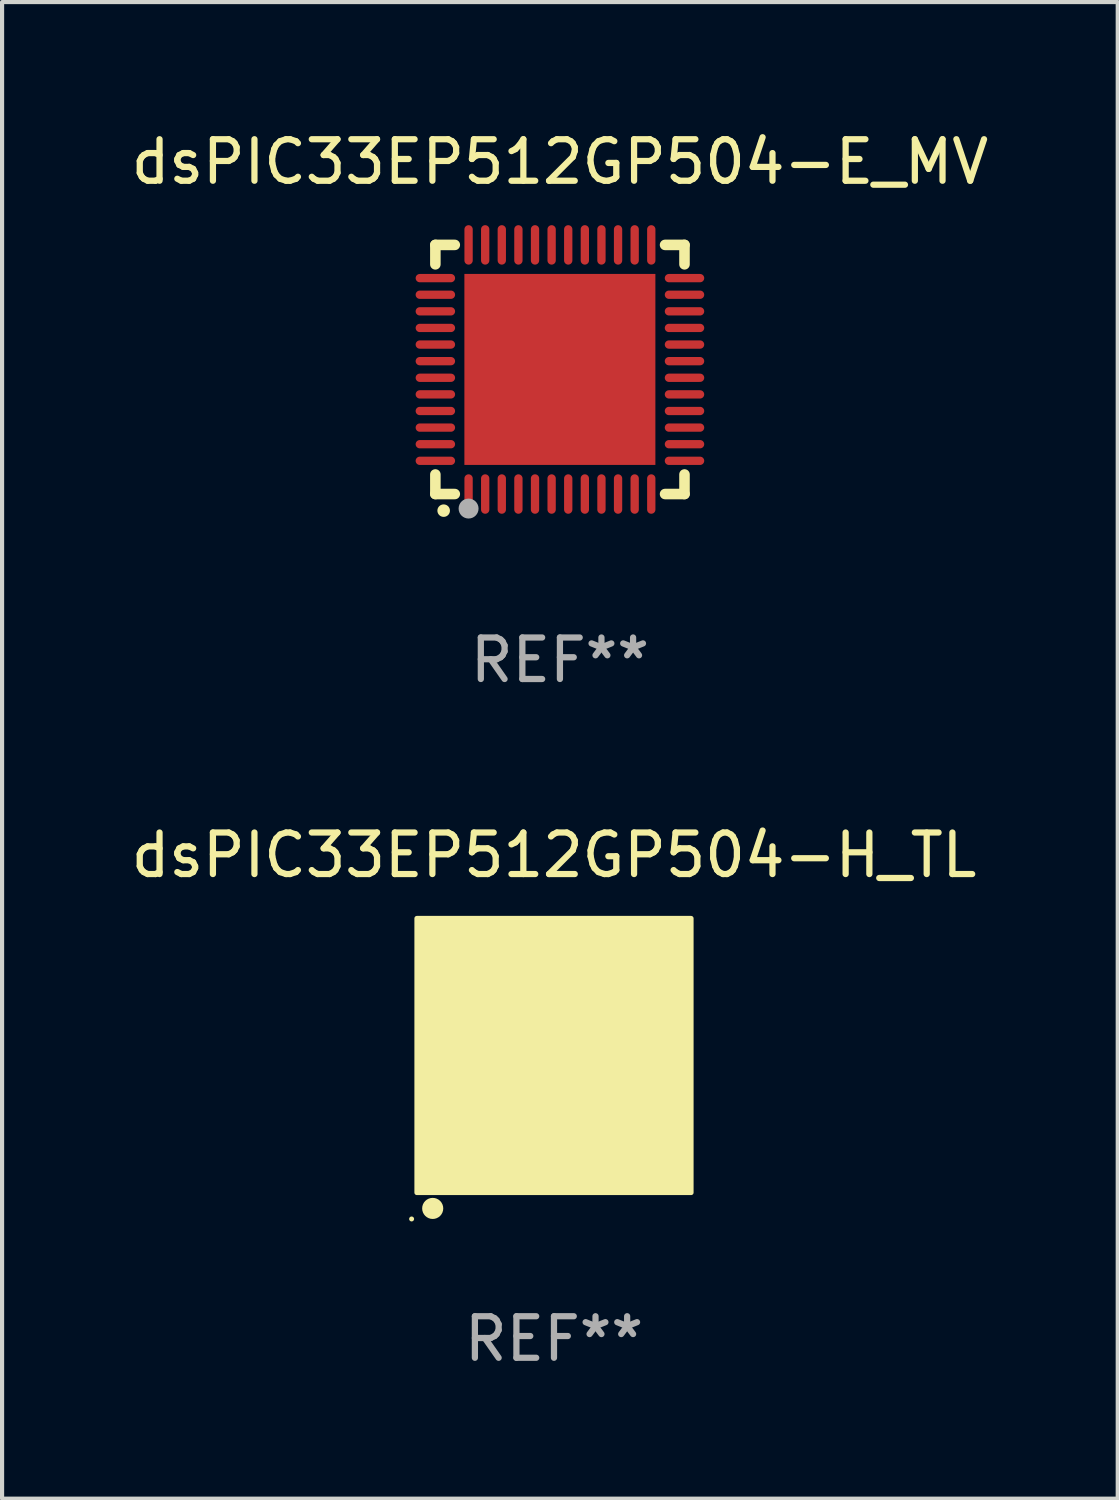
<source format=kicad_pcb>
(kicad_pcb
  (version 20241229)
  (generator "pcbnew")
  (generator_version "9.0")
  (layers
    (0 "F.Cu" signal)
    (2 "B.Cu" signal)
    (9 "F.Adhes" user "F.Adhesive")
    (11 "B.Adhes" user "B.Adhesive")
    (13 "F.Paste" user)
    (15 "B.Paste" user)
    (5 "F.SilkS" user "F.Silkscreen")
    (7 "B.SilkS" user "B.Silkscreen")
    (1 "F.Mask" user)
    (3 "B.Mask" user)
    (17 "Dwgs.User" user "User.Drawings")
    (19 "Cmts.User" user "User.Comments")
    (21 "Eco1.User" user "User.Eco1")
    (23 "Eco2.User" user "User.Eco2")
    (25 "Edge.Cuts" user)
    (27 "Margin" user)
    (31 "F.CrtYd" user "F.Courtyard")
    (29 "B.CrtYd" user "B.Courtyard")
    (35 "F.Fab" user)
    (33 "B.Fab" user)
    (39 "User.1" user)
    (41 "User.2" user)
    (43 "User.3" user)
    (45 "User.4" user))
  (footprint "dsPIC33EP512GP504-H_TL"
    (layer "F.Cu")
    (at 10.292 22.37)
    (property "Reference" "dsPIC33EP512GP504-H_TL" (at 0 -4.825 0) (layer "F.SilkS") (effects (font (size 1 1) (thickness 0.15))))
    (attr through_hole)
    (fp_circle (center -3.429 3.937) (end -3.399 3.937) (stroke (width 0.06) (type solid)) (fill no) (layer "F.SilkS"))
    (fp_circle (center -2.921 3.683) (end -2.794 3.683) (stroke (width 0.254) (type solid)) (fill no) (layer "F.SilkS"))
    (fp_poly (pts (xy -3.302 -3.302) (xy 3.302 -3.302) (xy 3.302 3.302) (xy -3.302 3.302)) (stroke (width 0.12) (type solid)) (fill yes) (layer "F.SilkS"))
    (fp_text user "REF**" (at 0 6.825 0) (layer "F.Fab") (effects (font (size 1 1) (thickness 0.15))))
    (pad "1" smd rect (at -2.25 2.825) (size 0.3 0.45) (layers "F.Cu" "F.Mask" "F.Paste"))
    (pad "2" smd rect (at -1.75 2.825) (size 0.3 0.45) (layers "F.Cu" "F.Mask" "F.Paste"))
    (pad "3" smd rect (at -1.25 2.825) (size 0.3 0.45) (layers "F.Cu" "F.Mask" "F.Paste"))
    (pad "4" smd rect (at -0.75 2.825) (size 0.3 0.45) (layers "F.Cu" "F.Mask" "F.Paste"))
    (pad "5" smd rect (at -0.25 2.825) (size 0.3 0.45) (layers "F.Cu" "F.Mask" "F.Paste"))
    (pad "6" smd rect (at 0.25 2.825) (size 0.3 0.45) (layers "F.Cu" "F.Mask" "F.Paste"))
    (pad "7" smd rect (at 0.75 2.825) (size 0.3 0.45) (layers "F.Cu" "F.Mask" "F.Paste"))
    (pad "8" smd rect (at 1.25 2.825) (size 0.3 0.45) (layers "F.Cu" "F.Mask" "F.Paste"))
    (pad "9" smd rect (at 1.75 2.825) (size 0.3 0.45) (layers "F.Cu" "F.Mask" "F.Paste"))
    (pad "10" smd rect (at 2.25 2.825) (size 0.3 0.45) (layers "F.Cu" "F.Mask" "F.Paste"))
    (pad "11" smd rect (at 2.825 2.825 90) (size 0.45 0.45) (layers "F.Cu" "F.Mask" "F.Paste"))
    (pad "12" smd rect (at 2.825 2.25 90) (size 0.3 0.45) (layers "F.Cu" "F.Mask" "F.Paste"))
    (pad "13" smd rect (at 2.825 1.75 90) (size 0.3 0.45) (layers "F.Cu" "F.Mask" "F.Paste"))
    (pad "14" smd rect (at 2.825 1.25 90) (size 0.3 0.45) (layers "F.Cu" "F.Mask" "F.Paste"))
    (pad "15" smd rect (at 2.825 0.75 90) (size 0.3 0.45) (layers "F.Cu" "F.Mask" "F.Paste"))
    (pad "16" smd rect (at 2.825 0.25 90) (size 0.3 0.45) (layers "F.Cu" "F.Mask" "F.Paste"))
    (pad "17" smd rect (at 2.825 -0.25 90) (size 0.3 0.45) (layers "F.Cu" "F.Mask" "F.Paste"))
    (pad "18" smd rect (at 2.825 -0.75 90) (size 0.3 0.45) (layers "F.Cu" "F.Mask" "F.Paste"))
    (pad "19" smd rect (at 2.825 -1.25 90) (size 0.3 0.45) (layers "F.Cu" "F.Mask" "F.Paste"))
    (pad "20" smd rect (at 2.825 -1.75 90) (size 0.3 0.45) (layers "F.Cu" "F.Mask" "F.Paste"))
    (pad "21" smd rect (at 2.825 -2.25 90) (size 0.3 0.45) (layers "F.Cu" "F.Mask" "F.Paste"))
    (pad "22" smd rect (at 2.825 -2.825 90) (size 0.45 0.45) (layers "F.Cu" "F.Mask" "F.Paste"))
    (pad "23" smd rect (at 2.25 -2.825) (size 0.3 0.45) (layers "F.Cu" "F.Mask" "F.Paste"))
    (pad "24" smd rect (at 1.75 -2.825) (size 0.3 0.45) (layers "F.Cu" "F.Mask" "F.Paste"))
    (pad "25" smd rect (at 1.25 -2.825) (size 0.3 0.45) (layers "F.Cu" "F.Mask" "F.Paste"))
    (pad "26" smd rect (at 0.75 -2.825) (size 0.3 0.45) (layers "F.Cu" "F.Mask" "F.Paste"))
    (pad "27" smd rect (at 0.25 -2.825) (size 0.3 0.45) (layers "F.Cu" "F.Mask" "F.Paste"))
    (pad "28" smd rect (at -0.25 -2.825) (size 0.3 0.45) (layers "F.Cu" "F.Mask" "F.Paste"))
    (pad "29" smd rect (at -0.75 -2.825) (size 0.3 0.45) (layers "F.Cu" "F.Mask" "F.Paste"))
    (pad "30" smd rect (at -1.25 -2.825) (size 0.3 0.45) (layers "F.Cu" "F.Mask" "F.Paste"))
    (pad "31" smd rect (at -1.75 -2.825) (size 0.3 0.45) (layers "F.Cu" "F.Mask" "F.Paste"))
    (pad "32" smd rect (at -2.25 -2.825) (size 0.3 0.45) (layers "F.Cu" "F.Mask" "F.Paste"))
    (pad "33" smd rect (at -2.825 -2.825 90) (size 0.45 0.45) (layers "F.Cu" "F.Mask" "F.Paste"))
    (pad "34" smd rect (at -2.825 -2.25 90) (size 0.3 0.45) (layers "F.Cu" "F.Mask" "F.Paste"))
    (pad "35" smd rect (at -2.825 -1.75 90) (size 0.3 0.45) (layers "F.Cu" "F.Mask" "F.Paste"))
    (pad "36" smd rect (at -2.825 -1.25 90) (size 0.3 0.45) (layers "F.Cu" "F.Mask" "F.Paste"))
    (pad "37" smd rect (at -2.825 -0.75 90) (size 0.3 0.45) (layers "F.Cu" "F.Mask" "F.Paste"))
    (pad "38" smd rect (at -2.825 -0.25 90) (size 0.3 0.45) (layers "F.Cu" "F.Mask" "F.Paste"))
    (pad "39" smd rect (at -2.825 0.25 90) (size 0.3 0.45) (layers "F.Cu" "F.Mask" "F.Paste"))
    (pad "40" smd rect (at -2.825 0.75 90) (size 0.3 0.45) (layers "F.Cu" "F.Mask" "F.Paste"))
    (pad "41" smd rect (at -2.825 1.25 90) (size 0.3 0.45) (layers "F.Cu" "F.Mask" "F.Paste"))
    (pad "42" smd rect (at -2.825 1.75 90) (size 0.3 0.45) (layers "F.Cu" "F.Mask" "F.Paste"))
    (pad "43" smd rect (at -2.825 2.25 90) (size 0.3 0.45) (layers "F.Cu" "F.Mask" "F.Paste"))
    (pad "44" smd rect (at -2.825 2.825 90) (size 0.45 0.45) (layers "F.Cu" "F.Mask" "F.Paste"))
    (pad "45" smd rect (at 0 0 90) (size 4.6 4.6) (layers "F.Cu" "F.Mask" "F.Paste")))
  (footprint "dsPIC33EP512GP504-E_MV"
    (layer "F.Cu")
    (at 10.435 5.848)
    (property "Reference" "dsPIC33EP512GP504-E_MV" (at 0 -5 0) (layer "F.SilkS") (effects (font (size 1 1) (thickness 0.15))))
    (attr through_hole)
    (fp_line (start -3 -3) (end -2.532 -3) (stroke (width 0.254) (type solid)) (layer "F.SilkS"))
    (fp_line (start -3 -2.532) (end -3 -3) (stroke (width 0.254) (type solid)) (layer "F.SilkS"))
    (fp_line (start -3 3) (end -3 2.529) (stroke (width 0.254) (type solid)) (layer "F.SilkS"))
    (fp_line (start -2.532 3) (end -3 3) (stroke (width 0.254) (type solid)) (layer "F.SilkS"))
    (fp_line (start 2.532 -3) (end 3 -3) (stroke (width 0.254) (type solid)) (layer "F.SilkS"))
    (fp_line (start 3 -3) (end 3 -2.532) (stroke (width 0.254) (type solid)) (layer "F.SilkS"))
    (fp_line (start 3 2.529) (end 3 3) (stroke (width 0.254) (type solid)) (layer "F.SilkS"))
    (fp_line (start 3 3) (end 2.532 3) (stroke (width 0.254) (type solid)) (layer "F.SilkS"))
    (fp_arc (start -2.801295 3.400025) (mid -2.800025 3.40002) (end -2.798755 3.400025) (stroke (width 0.3) (type solid)) (layer "F.SilkS"))
    (fp_circle (center -3 3) (end -2.97 3) (stroke (width 0.06) (type solid)) (fill no) (layer "F.SilkS"))
    (fp_circle (center -2.2 3.35) (end -2.08 3.35) (stroke (width 0.24) (type solid)) (fill no) (layer "F.Fab"))
    (fp_text user "REF**" (at 0 7 0) (layer "F.Fab") (effects (font (size 1 1) (thickness 0.15))))
    (pad "1" smd oval (at -2.2 3) (size 0.2 0.95) (layers "F.Cu" "F.Mask" "F.Paste"))
    (pad "2" smd oval (at -1.8 3) (size 0.2 0.95) (layers "F.Cu" "F.Mask" "F.Paste"))
    (pad "3" smd oval (at -1.4 3) (size 0.2 0.95) (layers "F.Cu" "F.Mask" "F.Paste"))
    (pad "4" smd oval (at -1 3) (size 0.2 0.95) (layers "F.Cu" "F.Mask" "F.Paste"))
    (pad "5" smd oval (at -0.6 3) (size 0.2 0.95) (layers "F.Cu" "F.Mask" "F.Paste"))
    (pad "6" smd oval (at -0.2 3) (size 0.2 0.95) (layers "F.Cu" "F.Mask" "F.Paste"))
    (pad "7" smd oval (at 0.2 3) (size 0.2 0.95) (layers "F.Cu" "F.Mask" "F.Paste"))
    (pad "8" smd oval (at 0.6 3) (size 0.2 0.95) (layers "F.Cu" "F.Mask" "F.Paste"))
    (pad "9" smd oval (at 1 3) (size 0.2 0.95) (layers "F.Cu" "F.Mask" "F.Paste"))
    (pad "10" smd oval (at 1.4 3) (size 0.2 0.95) (layers "F.Cu" "F.Mask" "F.Paste"))
    (pad "11" smd oval (at 1.8 3) (size 0.2 0.95) (layers "F.Cu" "F.Mask" "F.Paste"))
    (pad "12" smd oval (at 2.2 3) (size 0.2 0.95) (layers "F.Cu" "F.Mask" "F.Paste"))
    (pad "13" smd oval (at 3 2.2 90) (size 0.2 0.95) (layers "F.Cu" "F.Mask" "F.Paste"))
    (pad "14" smd oval (at 3 1.8 90) (size 0.2 0.95) (layers "F.Cu" "F.Mask" "F.Paste"))
    (pad "15" smd oval (at 3 1.4 90) (size 0.2 0.95) (layers "F.Cu" "F.Mask" "F.Paste"))
    (pad "16" smd oval (at 3 1 90) (size 0.2 0.95) (layers "F.Cu" "F.Mask" "F.Paste"))
    (pad "17" smd oval (at 3 0.6 90) (size 0.2 0.95) (layers "F.Cu" "F.Mask" "F.Paste"))
    (pad "18" smd oval (at 3 0.2 90) (size 0.2 0.95) (layers "F.Cu" "F.Mask" "F.Paste"))
    (pad "19" smd oval (at 3 -0.2 90) (size 0.2 0.95) (layers "F.Cu" "F.Mask" "F.Paste"))
    (pad "20" smd oval (at 3 -0.6 90) (size 0.2 0.95) (layers "F.Cu" "F.Mask" "F.Paste"))
    (pad "21" smd oval (at 3 -1 90) (size 0.2 0.95) (layers "F.Cu" "F.Mask" "F.Paste"))
    (pad "22" smd oval (at 3 -1.4 90) (size 0.2 0.95) (layers "F.Cu" "F.Mask" "F.Paste"))
    (pad "23" smd oval (at 3 -1.8 90) (size 0.2 0.95) (layers "F.Cu" "F.Mask" "F.Paste"))
    (pad "24" smd oval (at 3 -2.2 90) (size 0.2 0.95) (layers "F.Cu" "F.Mask" "F.Paste"))
    (pad "25" smd oval (at 2.2 -3 180) (size 0.2 0.95) (layers "F.Cu" "F.Mask" "F.Paste"))
    (pad "26" smd oval (at 1.8 -3 180) (size 0.2 0.95) (layers "F.Cu" "F.Mask" "F.Paste"))
    (pad "27" smd oval (at 1.4 -3 180) (size 0.2 0.95) (layers "F.Cu" "F.Mask" "F.Paste"))
    (pad "28" smd oval (at 1 -3 180) (size 0.2 0.95) (layers "F.Cu" "F.Mask" "F.Paste"))
    (pad "29" smd oval (at 0.6 -3 180) (size 0.2 0.95) (layers "F.Cu" "F.Mask" "F.Paste"))
    (pad "30" smd oval (at 0.2 -3 180) (size 0.2 0.95) (layers "F.Cu" "F.Mask" "F.Paste"))
    (pad "31" smd oval (at -0.2 -3 180) (size 0.2 0.95) (layers "F.Cu" "F.Mask" "F.Paste"))
    (pad "32" smd oval (at -0.6 -3 180) (size 0.2 0.95) (layers "F.Cu" "F.Mask" "F.Paste"))
    (pad "33" smd oval (at -1 -3 180) (size 0.2 0.95) (layers "F.Cu" "F.Mask" "F.Paste"))
    (pad "34" smd oval (at -1.4 -3 180) (size 0.2 0.95) (layers "F.Cu" "F.Mask" "F.Paste"))
    (pad "35" smd oval (at -1.8 -3 180) (size 0.2 0.95) (layers "F.Cu" "F.Mask" "F.Paste"))
    (pad "36" smd oval (at -2.2 -3 180) (size 0.2 0.95) (layers "F.Cu" "F.Mask" "F.Paste"))
    (pad "37" smd oval (at -3 -2.2 270) (size 0.2 0.95) (layers "F.Cu" "F.Mask" "F.Paste"))
    (pad "38" smd oval (at -3 -1.8 270) (size 0.2 0.95) (layers "F.Cu" "F.Mask" "F.Paste"))
    (pad "39" smd oval (at -3 -1.4 270) (size 0.2 0.95) (layers "F.Cu" "F.Mask" "F.Paste"))
    (pad "40" smd oval (at -3 -1 270) (size 0.2 0.95) (layers "F.Cu" "F.Mask" "F.Paste"))
    (pad "41" smd oval (at -3 -0.6 270) (size 0.2 0.95) (layers "F.Cu" "F.Mask" "F.Paste"))
    (pad "42" smd oval (at -3 -0.2 270) (size 0.2 0.95) (layers "F.Cu" "F.Mask" "F.Paste"))
    (pad "43" smd oval (at -3 0.2 270) (size 0.2 0.95) (layers "F.Cu" "F.Mask" "F.Paste"))
    (pad "44" smd oval (at -3 0.6 270) (size 0.2 0.95) (layers "F.Cu" "F.Mask" "F.Paste"))
    (pad "45" smd oval (at -3 1 270) (size 0.2 0.95) (layers "F.Cu" "F.Mask" "F.Paste"))
    (pad "46" smd oval (at -3 1.4 270) (size 0.2 0.95) (layers "F.Cu" "F.Mask" "F.Paste"))
    (pad "47" smd oval (at -3 1.8 270) (size 0.2 0.95) (layers "F.Cu" "F.Mask" "F.Paste"))
    (pad "48" smd oval (at -3 2.2 270) (size 0.2 0.95) (layers "F.Cu" "F.Mask" "F.Paste"))
    (pad "49" smd rect (at -0.001 -0.001 180) (size 4.6 4.6) (layers "F.Cu" "F.Mask" "F.Paste")))
  (gr_rect
    (start -3 -3)
    (end 23.869 33.043)
    (stroke (width 0.1) (type default))
    (fill no)
    (layer "Edge.Cuts")))
</source>
